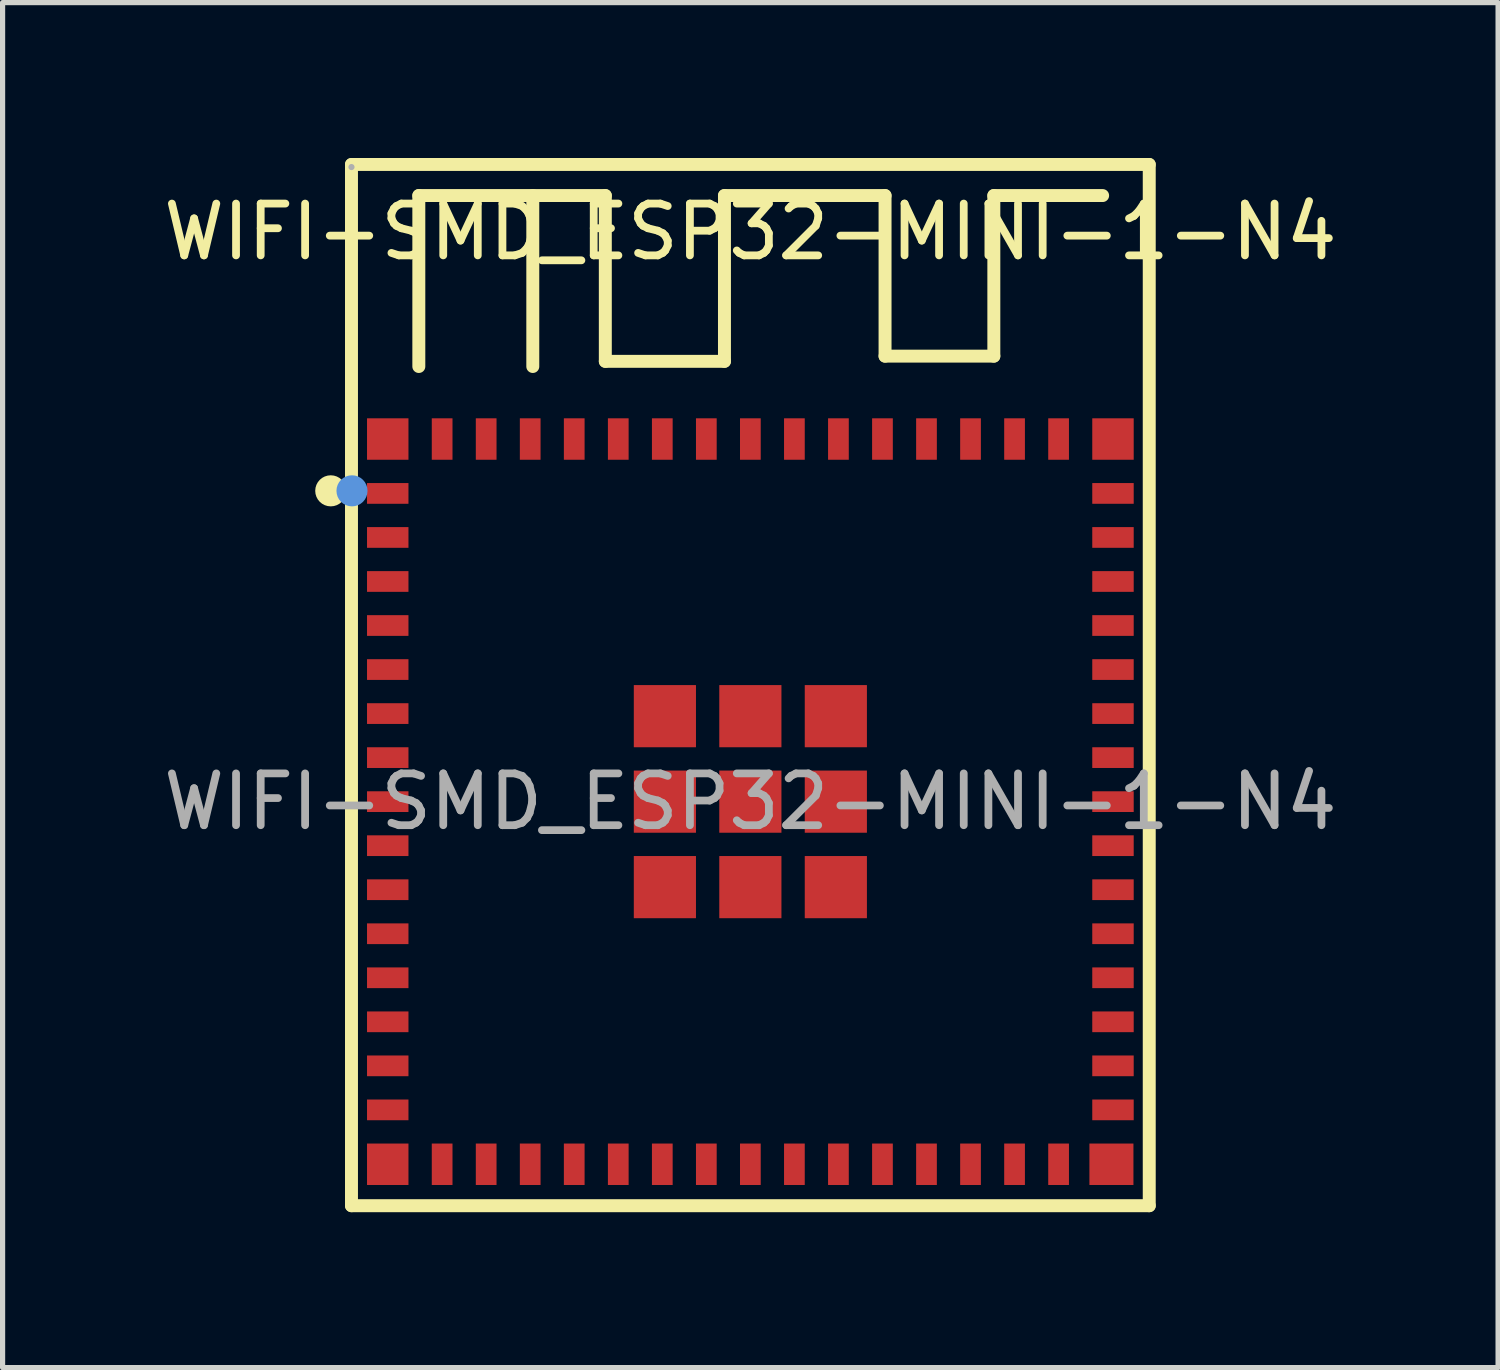
<source format=kicad_pcb>
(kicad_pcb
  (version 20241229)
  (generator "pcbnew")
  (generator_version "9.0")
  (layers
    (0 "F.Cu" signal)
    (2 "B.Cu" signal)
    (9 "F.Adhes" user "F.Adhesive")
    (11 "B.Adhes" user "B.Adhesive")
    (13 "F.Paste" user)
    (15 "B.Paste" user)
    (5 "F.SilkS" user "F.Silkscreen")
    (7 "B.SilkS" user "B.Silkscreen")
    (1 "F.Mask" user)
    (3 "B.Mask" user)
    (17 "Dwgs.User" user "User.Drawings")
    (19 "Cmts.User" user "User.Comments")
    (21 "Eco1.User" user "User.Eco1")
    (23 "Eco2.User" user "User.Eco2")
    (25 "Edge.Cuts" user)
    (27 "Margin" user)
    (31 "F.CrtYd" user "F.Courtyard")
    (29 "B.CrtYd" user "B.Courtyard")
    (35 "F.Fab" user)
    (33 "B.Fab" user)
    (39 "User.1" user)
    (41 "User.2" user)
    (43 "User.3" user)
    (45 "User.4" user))
  (footprint "WIFI-SMD_ESP32-MINI-1-N4"
    (layer "F.Cu")
    (at 11.435 12.425)
    (property "Reference" "WIFI-SMD_ESP32-MINI-1-N4" (at 0 -11 0) (layer "F.SilkS") (effects (font (size 1 1) (thickness 0.15))))
    (attr smd)
    (fp_line (start -7.7 -12.3) (end -7.7 7.8) (stroke (width 0.25) (type solid)) (layer "F.SilkS"))
    (fp_line (start -7.7 7.8) (end 7.7 7.8) (stroke (width 0.25) (type solid)) (layer "F.SilkS"))
    (fp_line (start -6.4 -11.7) (end -2.8 -11.7) (stroke (width 0.25) (type solid)) (layer "F.SilkS"))
    (fp_line (start -6.4 -8.4) (end -6.4 -11.7) (stroke (width 0.25) (type solid)) (layer "F.SilkS"))
    (fp_line (start -4.2 -11.7) (end -4.2 -8.4) (stroke (width 0.25) (type solid)) (layer "F.SilkS"))
    (fp_line (start -2.8 -11.7) (end -2.8 -8.5) (stroke (width 0.25) (type solid)) (layer "F.SilkS"))
    (fp_line (start -2.8 -8.5) (end -0.5 -8.5) (stroke (width 0.25) (type solid)) (layer "F.SilkS"))
    (fp_line (start -0.5 -11.7) (end 2.6 -11.7) (stroke (width 0.25) (type solid)) (layer "F.SilkS"))
    (fp_line (start -0.5 -8.5) (end -0.5 -11.7) (stroke (width 0.25) (type solid)) (layer "F.SilkS"))
    (fp_line (start 2.6 -11.7) (end 2.6 -8.6) (stroke (width 0.25) (type solid)) (layer "F.SilkS"))
    (fp_line (start 2.6 -8.6) (end 4.7 -8.6) (stroke (width 0.25) (type solid)) (layer "F.SilkS"))
    (fp_line (start 4.7 -11.7) (end 6.8 -11.7) (stroke (width 0.25) (type solid)) (layer "F.SilkS"))
    (fp_line (start 4.7 -8.6) (end 4.7 -11.7) (stroke (width 0.25) (type solid)) (layer "F.SilkS"))
    (fp_line (start 7.7 -12.3) (end -7.7 -12.3) (stroke (width 0.25) (type solid)) (layer "F.SilkS"))
    (fp_line (start 7.7 7.8) (end 7.7 -12.3) (stroke (width 0.25) (type solid)) (layer "F.SilkS"))
    (fp_circle (center -8.1 -6) (end -7.95 -6) (stroke (width 0.3) (type solid)) (fill no) (layer "F.SilkS"))
    (fp_circle (center -7.69 -6) (end -7.54 -6) (stroke (width 0.3) (type solid)) (fill no) (layer "Cmts.User"))
    (fp_circle (center -7.7 -12.25) (end -7.67 -12.25) (stroke (width 0.06) (type solid)) (fill no) (layer "F.Fab"))
    (fp_text user "${REFERENCE}" (at 0 0 0) (layer "F.Fab") (effects (font (size 1 1) (thickness 0.15))))
    (pad "1" smd rect (at -7 -5.95 90) (size 0.4 0.8) (layers "F.Cu" "F.Mask" "F.Paste"))
    (pad "2" smd rect (at -7 -5.1 90) (size 0.4 0.8) (layers "F.Cu" "F.Mask" "F.Paste"))
    (pad "3" smd rect (at -7 -4.25 90) (size 0.4 0.8) (layers "F.Cu" "F.Mask" "F.Paste"))
    (pad "4" smd rect (at -7 -3.4 90) (size 0.4 0.8) (layers "F.Cu" "F.Mask" "F.Paste"))
    (pad "5" smd rect (at -7 -2.55 90) (size 0.4 0.8) (layers "F.Cu" "F.Mask" "F.Paste"))
    (pad "6" smd rect (at -7 -1.7 90) (size 0.4 0.8) (layers "F.Cu" "F.Mask" "F.Paste"))
    (pad "7" smd rect (at -7 -0.85 90) (size 0.4 0.8) (layers "F.Cu" "F.Mask" "F.Paste"))
    (pad "8" smd rect (at -7 0 90) (size 0.4 0.8) (layers "F.Cu" "F.Mask" "F.Paste"))
    (pad "9" smd rect (at -7 0.85 90) (size 0.4 0.8) (layers "F.Cu" "F.Mask" "F.Paste"))
    (pad "10" smd rect (at -7 1.7 90) (size 0.4 0.8) (layers "F.Cu" "F.Mask" "F.Paste"))
    (pad "11" smd rect (at -7 2.55 90) (size 0.4 0.8) (layers "F.Cu" "F.Mask" "F.Paste"))
    (pad "12" smd rect (at -7 3.4 90) (size 0.4 0.8) (layers "F.Cu" "F.Mask" "F.Paste"))
    (pad "13" smd rect (at -7 4.25 90) (size 0.4 0.8) (layers "F.Cu" "F.Mask" "F.Paste"))
    (pad "14" smd rect (at -7 5.1 90) (size 0.4 0.8) (layers "F.Cu" "F.Mask" "F.Paste"))
    (pad "15" smd rect (at -7 5.95 90) (size 0.4 0.8) (layers "F.Cu" "F.Mask" "F.Paste"))
    (pad "16" smd rect (at -5.95 7) (size 0.4 0.8) (layers "F.Cu" "F.Mask" "F.Paste"))
    (pad "17" smd rect (at -5.1 7) (size 0.4 0.8) (layers "F.Cu" "F.Mask" "F.Paste"))
    (pad "18" smd rect (at -4.25 7) (size 0.4 0.8) (layers "F.Cu" "F.Mask" "F.Paste"))
    (pad "19" smd rect (at -3.4 7) (size 0.4 0.8) (layers "F.Cu" "F.Mask" "F.Paste"))
    (pad "20" smd rect (at -2.55 7) (size 0.4 0.8) (layers "F.Cu" "F.Mask" "F.Paste"))
    (pad "21" smd rect (at -1.7 7) (size 0.4 0.8) (layers "F.Cu" "F.Mask" "F.Paste"))
    (pad "22" smd rect (at -0.85 7) (size 0.4 0.8) (layers "F.Cu" "F.Mask" "F.Paste"))
    (pad "23" smd rect (at 0 7) (size 0.4 0.8) (layers "F.Cu" "F.Mask" "F.Paste"))
    (pad "24" smd rect (at 0.85 7) (size 0.4 0.8) (layers "F.Cu" "F.Mask" "F.Paste"))
    (pad "25" smd rect (at 1.7 7) (size 0.4 0.8) (layers "F.Cu" "F.Mask" "F.Paste"))
    (pad "26" smd rect (at 2.55 7) (size 0.4 0.8) (layers "F.Cu" "F.Mask" "F.Paste"))
    (pad "27" smd rect (at 3.4 7) (size 0.4 0.8) (layers "F.Cu" "F.Mask" "F.Paste"))
    (pad "28" smd rect (at 4.25 7) (size 0.4 0.8) (layers "F.Cu" "F.Mask" "F.Paste"))
    (pad "29" smd rect (at 5.1 7) (size 0.4 0.8) (layers "F.Cu" "F.Mask" "F.Paste"))
    (pad "30" smd rect (at 5.95 7) (size 0.4 0.8) (layers "F.Cu" "F.Mask" "F.Paste"))
    (pad "31" smd rect (at 7 5.95 270) (size 0.4 0.8) (layers "F.Cu" "F.Mask" "F.Paste"))
    (pad "32" smd rect (at 7 5.1 270) (size 0.4 0.8) (layers "F.Cu" "F.Mask" "F.Paste"))
    (pad "33" smd rect (at 7 4.25 270) (size 0.4 0.8) (layers "F.Cu" "F.Mask" "F.Paste"))
    (pad "34" smd rect (at 7 3.4 270) (size 0.4 0.8) (layers "F.Cu" "F.Mask" "F.Paste"))
    (pad "35" smd rect (at 7 2.55 270) (size 0.4 0.8) (layers "F.Cu" "F.Mask" "F.Paste"))
    (pad "36" smd rect (at 7 1.7 270) (size 0.4 0.8) (layers "F.Cu" "F.Mask" "F.Paste"))
    (pad "37" smd rect (at 7 0.85 270) (size 0.4 0.8) (layers "F.Cu" "F.Mask" "F.Paste"))
    (pad "38" smd rect (at 7 0 270) (size 0.4 0.8) (layers "F.Cu" "F.Mask" "F.Paste"))
    (pad "39" smd rect (at 7 -0.85 270) (size 0.4 0.8) (layers "F.Cu" "F.Mask" "F.Paste"))
    (pad "40" smd rect (at 7 -1.7 270) (size 0.4 0.8) (layers "F.Cu" "F.Mask" "F.Paste"))
    (pad "41" smd rect (at 7 -2.55 270) (size 0.4 0.8) (layers "F.Cu" "F.Mask" "F.Paste"))
    (pad "42" smd rect (at 7 -3.4 270) (size 0.4 0.8) (layers "F.Cu" "F.Mask" "F.Paste"))
    (pad "43" smd rect (at 7 -4.25 270) (size 0.4 0.8) (layers "F.Cu" "F.Mask" "F.Paste"))
    (pad "44" smd rect (at 7 -5.1 270) (size 0.4 0.8) (layers "F.Cu" "F.Mask" "F.Paste"))
    (pad "45" smd rect (at 7 -5.95 270) (size 0.4 0.8) (layers "F.Cu" "F.Mask" "F.Paste"))
    (pad "46" smd rect (at 5.95 -7 180) (size 0.4 0.8) (layers "F.Cu" "F.Mask" "F.Paste"))
    (pad "47" smd rect (at 5.1 -7 180) (size 0.4 0.8) (layers "F.Cu" "F.Mask" "F.Paste"))
    (pad "48" smd rect (at 4.25 -7 180) (size 0.4 0.8) (layers "F.Cu" "F.Mask" "F.Paste"))
    (pad "49" smd rect (at 3.4 -7 180) (size 0.4 0.8) (layers "F.Cu" "F.Mask" "F.Paste"))
    (pad "50" smd rect (at 2.55 -7 180) (size 0.4 0.8) (layers "F.Cu" "F.Mask" "F.Paste"))
    (pad "51" smd rect (at 1.7 -7 180) (size 0.4 0.8) (layers "F.Cu" "F.Mask" "F.Paste"))
    (pad "52" smd rect (at 0.85 -7 180) (size 0.4 0.8) (layers "F.Cu" "F.Mask" "F.Paste"))
    (pad "53" smd rect (at 0 -7 180) (size 0.4 0.8) (layers "F.Cu" "F.Mask" "F.Paste"))
    (pad "54" smd rect (at -0.85 -7 180) (size 0.4 0.8) (layers "F.Cu" "F.Mask" "F.Paste"))
    (pad "55" smd rect (at -1.7 -7 180) (size 0.4 0.8) (layers "F.Cu" "F.Mask" "F.Paste"))
    (pad "56" smd rect (at -2.55 -7 180) (size 0.4 0.8) (layers "F.Cu" "F.Mask" "F.Paste"))
    (pad "57" smd rect (at -3.4 -7 180) (size 0.4 0.8) (layers "F.Cu" "F.Mask" "F.Paste"))
    (pad "58" smd rect (at -4.25 -7 180) (size 0.4 0.8) (layers "F.Cu" "F.Mask" "F.Paste"))
    (pad "59" smd rect (at -5.1 -7 180) (size 0.4 0.8) (layers "F.Cu" "F.Mask" "F.Paste"))
    (pad "60" smd rect (at -5.95 -7 180) (size 0.4 0.8) (layers "F.Cu" "F.Mask" "F.Paste"))
    (pad "61" smd rect (at -1.65 -1.65) (size 1.2 1.2) (layers "F.Cu" "F.Mask" "F.Paste"))
    (pad "61" smd rect (at -1.65 0 90) (size 1.2 1.2) (layers "F.Cu" "F.Mask" "F.Paste"))
    (pad "61" smd rect (at -1.65 1.65 90) (size 1.2 1.2) (layers "F.Cu" "F.Mask" "F.Paste"))
    (pad "61" smd rect (at 0 -1.65 90) (size 1.2 1.2) (layers "F.Cu" "F.Mask" "F.Paste"))
    (pad "61" smd rect (at 0 0 90) (size 1.2 1.2) (layers "F.Cu" "F.Mask" "F.Paste"))
    (pad "61" smd rect (at 0 1.65 90) (size 1.2 1.2) (layers "F.Cu" "F.Mask" "F.Paste"))
    (pad "61" smd rect (at 1.65 -1.65 90) (size 1.2 1.2) (layers "F.Cu" "F.Mask" "F.Paste"))
    (pad "61" smd rect (at 1.65 0 90) (size 1.2 1.2) (layers "F.Cu" "F.Mask" "F.Paste"))
    (pad "61" smd rect (at 1.65 1.65 90) (size 1.2 1.2) (layers "F.Cu" "F.Mask" "F.Paste"))
    (pad "62" smd rect (at -7 -7 90) (size 0.8 0.8) (layers "F.Cu" "F.Mask" "F.Paste"))
    (pad "63" smd rect (at -7 7 90) (size 0.8 0.8) (layers "F.Cu" "F.Mask" "F.Paste"))
    (pad "64" smd rect (at 6.97 7 90) (size 0.8 0.85) (layers "F.Cu" "F.Mask" "F.Paste"))
    (pad "65" smd rect (at 7 -7 90) (size 0.8 0.8) (layers "F.Cu" "F.Mask" "F.Paste")))
  (gr_rect
    (start -3 -3)
    (end 25.869 23.35)
    (stroke (width 0.1) (type default))
    (fill no)
    (layer "Edge.Cuts")))
</source>
